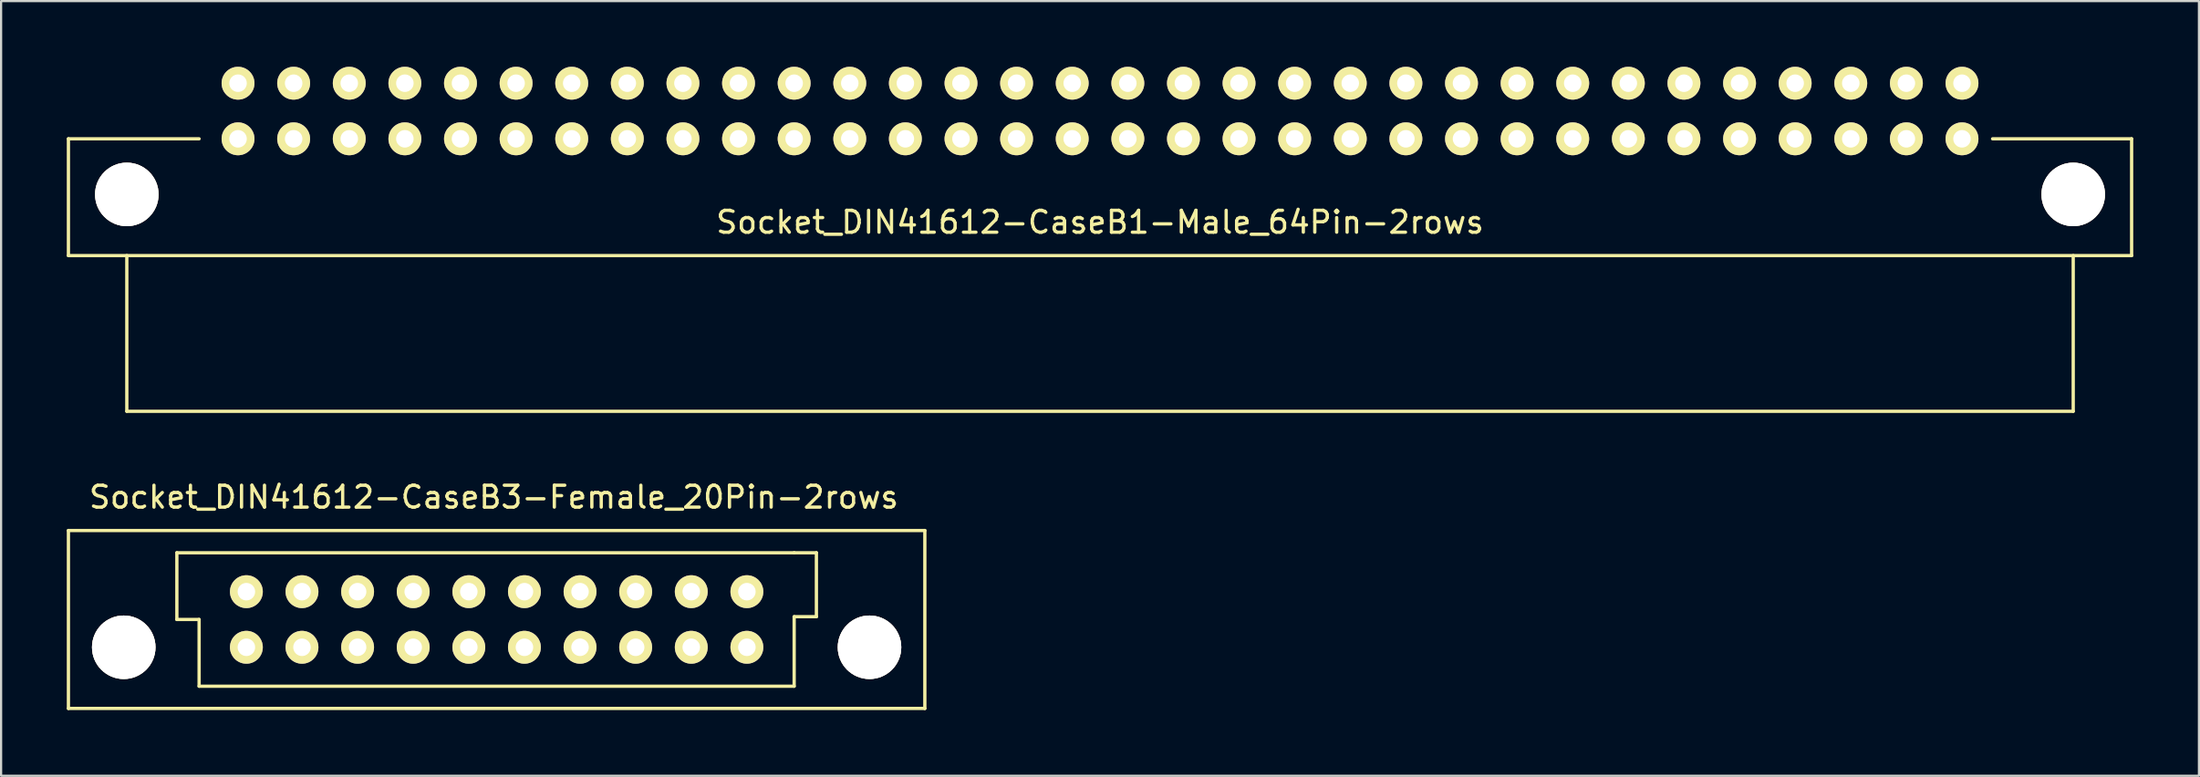
<source format=kicad_pcb>
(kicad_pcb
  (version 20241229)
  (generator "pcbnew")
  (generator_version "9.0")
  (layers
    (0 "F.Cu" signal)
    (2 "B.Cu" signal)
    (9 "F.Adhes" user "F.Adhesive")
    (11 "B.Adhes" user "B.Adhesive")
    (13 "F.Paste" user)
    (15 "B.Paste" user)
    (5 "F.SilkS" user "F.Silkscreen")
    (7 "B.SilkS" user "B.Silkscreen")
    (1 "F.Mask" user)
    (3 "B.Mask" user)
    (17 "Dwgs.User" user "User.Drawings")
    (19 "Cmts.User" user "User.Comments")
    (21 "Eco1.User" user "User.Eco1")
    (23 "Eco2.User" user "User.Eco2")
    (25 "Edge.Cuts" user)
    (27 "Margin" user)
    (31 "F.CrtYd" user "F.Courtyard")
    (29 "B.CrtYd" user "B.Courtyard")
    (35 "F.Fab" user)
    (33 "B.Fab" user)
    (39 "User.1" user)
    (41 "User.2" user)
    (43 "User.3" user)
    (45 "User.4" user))
  (footprint "Socket_DIN41612-CaseB3-Female_20Pin-2rows"
    (layer "F.Cu")
    (at 19.633 25.248)
    (property "Reference" "Socket_DIN41612-CaseB3-Female_20Pin-2rows" (at -0.127 -5.588 0) (layer "F.SilkS") (effects (font (size 1 1) (thickness 0.15))))
    (attr through_hole)
    (fp_line (start -19.558 -4.064) (end -19.558 4.064) (stroke (width 0.15) (type solid)) (layer "F.SilkS"))
    (fp_line (start -19.558 4.064) (end 19.558 4.064) (stroke (width 0.15) (type solid)) (layer "F.SilkS"))
    (fp_line (start -14.605 0) (end -14.605 -3.048) (stroke (width 0.15) (type solid)) (layer "F.SilkS"))
    (fp_line (start -13.589 0) (end -14.605 0) (stroke (width 0.15) (type solid)) (layer "F.SilkS"))
    (fp_line (start -13.589 3.048) (end -13.589 0) (stroke (width 0.15) (type solid)) (layer "F.SilkS"))
    (fp_line (start -13.589 3.048) (end 13.589 3.048) (stroke (width 0.15) (type solid)) (layer "F.SilkS"))
    (fp_line (start 13.589 -3.048) (end -14.605 -3.048) (stroke (width 0.15) (type solid)) (layer "F.SilkS"))
    (fp_line (start 13.589 -0.127) (end 14.605 -0.127) (stroke (width 0.15) (type solid)) (layer "F.SilkS"))
    (fp_line (start 13.589 3.048) (end 13.589 -0.127) (stroke (width 0.15) (type solid)) (layer "F.SilkS"))
    (fp_line (start 14.605 -3.048) (end 13.589 -3.048) (stroke (width 0.15) (type solid)) (layer "F.SilkS"))
    (fp_line (start 14.605 -0.127) (end 14.605 -3.048) (stroke (width 0.15) (type solid)) (layer "F.SilkS"))
    (fp_line (start 19.558 -4.064) (end -19.558 -4.064) (stroke (width 0.15) (type solid)) (layer "F.SilkS"))
    (fp_line (start 19.558 4.064) (end 19.558 -4.064) (stroke (width 0.15) (type solid)) (layer "F.SilkS"))
    (pad "1" thru_hole circle (at -17.031 1.27) (size 2.901 2.901) (drill 2.901) (layers "*.Cu" "*.Mask" "F.SilkS"))
    (pad "1" thru_hole circle (at 17.031 1.27) (size 2.901 2.901) (drill 2.901) (layers "*.Cu" "*.Mask" "F.SilkS"))
    (pad "1a" thru_hole circle (at 11.43 -1.27 180) (size 1.501 1.501) (drill 0.8) (layers "*.Cu" "*.Mask" "F.SilkS"))
    (pad "1b" thru_hole circle (at 11.43 1.27 180) (size 1.501 1.501) (drill 0.8) (layers "*.Cu" "*.Mask" "F.SilkS"))
    (pad "2a" thru_hole circle (at 8.89 -1.27 180) (size 1.501 1.501) (drill 0.8) (layers "*.Cu" "*.Mask" "F.SilkS"))
    (pad "2b" thru_hole circle (at 8.89 1.27 180) (size 1.501 1.501) (drill 0.8) (layers "*.Cu" "*.Mask" "F.SilkS"))
    (pad "3a" thru_hole circle (at 6.35 -1.27 180) (size 1.501 1.501) (drill 0.8) (layers "*.Cu" "*.Mask" "F.SilkS"))
    (pad "3b" thru_hole circle (at 6.35 1.27 180) (size 1.501 1.501) (drill 0.8) (layers "*.Cu" "*.Mask" "F.SilkS"))
    (pad "4a" thru_hole circle (at 3.81 -1.27 180) (size 1.501 1.501) (drill 0.8) (layers "*.Cu" "*.Mask" "F.SilkS"))
    (pad "4b" thru_hole circle (at 3.81 1.27 180) (size 1.501 1.501) (drill 0.8) (layers "*.Cu" "*.Mask" "F.SilkS"))
    (pad "5a" thru_hole circle (at 1.27 -1.27 180) (size 1.501 1.501) (drill 0.8) (layers "*.Cu" "*.Mask" "F.SilkS"))
    (pad "5b" thru_hole circle (at 1.27 1.27 180) (size 1.501 1.501) (drill 0.8) (layers "*.Cu" "*.Mask" "F.SilkS"))
    (pad "6a" thru_hole circle (at -1.27 -1.27 180) (size 1.501 1.501) (drill 0.8) (layers "*.Cu" "*.Mask" "F.SilkS"))
    (pad "6b" thru_hole circle (at -1.27 1.27 180) (size 1.501 1.501) (drill 0.8) (layers "*.Cu" "*.Mask" "F.SilkS"))
    (pad "7a" thru_hole circle (at -3.81 -1.27 180) (size 1.501 1.501) (drill 0.8) (layers "*.Cu" "*.Mask" "F.SilkS"))
    (pad "7b" thru_hole circle (at -3.81 1.27 180) (size 1.501 1.501) (drill 0.8) (layers "*.Cu" "*.Mask" "F.SilkS"))
    (pad "8a" thru_hole circle (at -6.35 -1.27 180) (size 1.501 1.501) (drill 0.8) (layers "*.Cu" "*.Mask" "F.SilkS"))
    (pad "8b" thru_hole circle (at -6.35 1.27 180) (size 1.501 1.501) (drill 0.8) (layers "*.Cu" "*.Mask" "F.SilkS"))
    (pad "9a" thru_hole circle (at -8.89 -1.27 180) (size 1.501 1.501) (drill 0.8) (layers "*.Cu" "*.Mask" "F.SilkS"))
    (pad "9b" thru_hole circle (at -8.89 1.27 180) (size 1.501 1.501) (drill 0.8) (layers "*.Cu" "*.Mask" "F.SilkS"))
    (pad "10a" thru_hole circle (at -11.43 -1.27 180) (size 1.501 1.501) (drill 0.8) (layers "*.Cu" "*.Mask" "F.SilkS"))
    (pad "10b" thru_hole circle (at -11.43 1.27 180) (size 1.501 1.501) (drill 0.8) (layers "*.Cu" "*.Mask" "F.SilkS")))
  (footprint "Socket_DIN41612-CaseB1-Male_64Pin-2rows"
    (layer "F.Cu")
    (at 47.192 2.021)
    (property "Reference" "Socket_DIN41612-CaseB1-Male_64Pin-2rows" (at 0 5.08 0) (layer "F.SilkS") (effects (font (size 1 1) (thickness 0.15))))
    (attr through_hole)
    (fp_line (start -47.117 1.27) (end -41.148 1.27) (stroke (width 0.15) (type solid)) (layer "F.SilkS"))
    (fp_line (start -47.117 6.604) (end -47.117 1.27) (stroke (width 0.15) (type solid)) (layer "F.SilkS"))
    (fp_line (start -44.45 13.716) (end -44.45 6.604) (stroke (width 0.15) (type solid)) (layer "F.SilkS"))
    (fp_line (start 44.45 6.604) (end 44.45 13.716) (stroke (width 0.15) (type solid)) (layer "F.SilkS"))
    (fp_line (start 44.45 13.716) (end -44.45 13.716) (stroke (width 0.15) (type solid)) (layer "F.SilkS"))
    (fp_line (start 47.117 1.27) (end 40.767 1.27) (stroke (width 0.15) (type solid)) (layer "F.SilkS"))
    (fp_line (start 47.117 1.27) (end 47.117 6.604) (stroke (width 0.15) (type solid)) (layer "F.SilkS"))
    (fp_line (start 47.117 6.604) (end -47.117 6.604) (stroke (width 0.15) (type solid)) (layer "F.SilkS"))
    (pad "1" thru_hole circle (at -44.45 3.81) (size 2.901 2.901) (drill 2.901) (layers "*.Cu" "*.Mask" "F.SilkS"))
    (pad "1" thru_hole circle (at 44.45 3.81) (size 2.901 2.901) (drill 2.901) (layers "*.Cu" "*.Mask" "F.SilkS"))
    (pad "1a" thru_hole circle (at 39.37 -1.27 180) (size 1.501 1.501) (drill 0.8) (layers "*.Cu" "*.Mask" "F.SilkS"))
    (pad "1b" thru_hole circle (at 39.37 1.27 180) (size 1.501 1.501) (drill 0.8) (layers "*.Cu" "*.Mask" "F.SilkS"))
    (pad "2a" thru_hole circle (at 36.83 -1.27 180) (size 1.501 1.501) (drill 0.8) (layers "*.Cu" "*.Mask" "F.SilkS"))
    (pad "2b" thru_hole circle (at 36.83 1.27 180) (size 1.501 1.501) (drill 0.8) (layers "*.Cu" "*.Mask" "F.SilkS"))
    (pad "3a" thru_hole circle (at 34.29 -1.27 180) (size 1.501 1.501) (drill 0.8) (layers "*.Cu" "*.Mask" "F.SilkS"))
    (pad "3b" thru_hole circle (at 34.29 1.27 180) (size 1.501 1.501) (drill 0.8) (layers "*.Cu" "*.Mask" "F.SilkS"))
    (pad "4a" thru_hole circle (at 31.75 -1.27 180) (size 1.501 1.501) (drill 0.8) (layers "*.Cu" "*.Mask" "F.SilkS"))
    (pad "4b" thru_hole circle (at 31.75 1.27 180) (size 1.501 1.501) (drill 0.8) (layers "*.Cu" "*.Mask" "F.SilkS"))
    (pad "5a" thru_hole circle (at 29.21 -1.27 180) (size 1.501 1.501) (drill 0.8) (layers "*.Cu" "*.Mask" "F.SilkS"))
    (pad "5b" thru_hole circle (at 29.21 1.27 180) (size 1.501 1.501) (drill 0.8) (layers "*.Cu" "*.Mask" "F.SilkS"))
    (pad "6a" thru_hole circle (at 26.67 -1.27 180) (size 1.501 1.501) (drill 0.8) (layers "*.Cu" "*.Mask" "F.SilkS"))
    (pad "6b" thru_hole circle (at 26.67 1.27 180) (size 1.501 1.501) (drill 0.8) (layers "*.Cu" "*.Mask" "F.SilkS"))
    (pad "7a" thru_hole circle (at 24.13 -1.27 180) (size 1.501 1.501) (drill 0.8) (layers "*.Cu" "*.Mask" "F.SilkS"))
    (pad "7b" thru_hole circle (at 24.13 1.27 180) (size 1.501 1.501) (drill 0.8) (layers "*.Cu" "*.Mask" "F.SilkS"))
    (pad "8a" thru_hole circle (at 21.59 -1.27 180) (size 1.501 1.501) (drill 0.8) (layers "*.Cu" "*.Mask" "F.SilkS"))
    (pad "8b" thru_hole circle (at 21.59 1.27 180) (size 1.501 1.501) (drill 0.8) (layers "*.Cu" "*.Mask" "F.SilkS"))
    (pad "9a" thru_hole circle (at 19.05 -1.27 180) (size 1.501 1.501) (drill 0.8) (layers "*.Cu" "*.Mask" "F.SilkS"))
    (pad "9b" thru_hole circle (at 19.05 1.27 180) (size 1.501 1.501) (drill 0.8) (layers "*.Cu" "*.Mask" "F.SilkS"))
    (pad "10a" thru_hole circle (at 16.51 -1.27 180) (size 1.501 1.501) (drill 0.8) (layers "*.Cu" "*.Mask" "F.SilkS"))
    (pad "10b" thru_hole circle (at 16.51 1.27 180) (size 1.501 1.501) (drill 0.8) (layers "*.Cu" "*.Mask" "F.SilkS"))
    (pad "11a" thru_hole circle (at 13.97 -1.27 180) (size 1.501 1.501) (drill 0.8) (layers "*.Cu" "*.Mask" "F.SilkS"))
    (pad "11b" thru_hole circle (at 13.97 1.27 180) (size 1.501 1.501) (drill 0.8) (layers "*.Cu" "*.Mask" "F.SilkS"))
    (pad "12a" thru_hole circle (at 11.43 -1.27 180) (size 1.501 1.501) (drill 0.8) (layers "*.Cu" "*.Mask" "F.SilkS"))
    (pad "12b" thru_hole circle (at 11.43 1.27 180) (size 1.501 1.501) (drill 0.8) (layers "*.Cu" "*.Mask" "F.SilkS"))
    (pad "13a" thru_hole circle (at 8.89 -1.27 180) (size 1.501 1.501) (drill 0.8) (layers "*.Cu" "*.Mask" "F.SilkS"))
    (pad "13b" thru_hole circle (at 8.89 1.27 180) (size 1.501 1.501) (drill 0.8) (layers "*.Cu" "*.Mask" "F.SilkS"))
    (pad "14a" thru_hole circle (at 6.35 -1.27 180) (size 1.501 1.501) (drill 0.8) (layers "*.Cu" "*.Mask" "F.SilkS"))
    (pad "14b" thru_hole circle (at 6.35 1.27 180) (size 1.501 1.501) (drill 0.8) (layers "*.Cu" "*.Mask" "F.SilkS"))
    (pad "15a" thru_hole circle (at 3.81 -1.27 180) (size 1.501 1.501) (drill 0.8) (layers "*.Cu" "*.Mask" "F.SilkS"))
    (pad "15b" thru_hole circle (at 3.81 1.27 180) (size 1.501 1.501) (drill 0.8) (layers "*.Cu" "*.Mask" "F.SilkS"))
    (pad "16a" thru_hole circle (at 1.27 -1.27 180) (size 1.501 1.501) (drill 0.8) (layers "*.Cu" "*.Mask" "F.SilkS"))
    (pad "16b" thru_hole circle (at 1.27 1.27 180) (size 1.501 1.501) (drill 0.8) (layers "*.Cu" "*.Mask" "F.SilkS"))
    (pad "17a" thru_hole circle (at -1.27 -1.27 180) (size 1.501 1.501) (drill 0.8) (layers "*.Cu" "*.Mask" "F.SilkS"))
    (pad "17b" thru_hole circle (at -1.27 1.27 180) (size 1.501 1.501) (drill 0.8) (layers "*.Cu" "*.Mask" "F.SilkS"))
    (pad "18a" thru_hole circle (at -3.81 -1.27 180) (size 1.501 1.501) (drill 0.8) (layers "*.Cu" "*.Mask" "F.SilkS"))
    (pad "18b" thru_hole circle (at -3.81 1.27 180) (size 1.501 1.501) (drill 0.8) (layers "*.Cu" "*.Mask" "F.SilkS"))
    (pad "19a" thru_hole circle (at -6.35 -1.27 180) (size 1.501 1.501) (drill 0.8) (layers "*.Cu" "*.Mask" "F.SilkS"))
    (pad "19b" thru_hole circle (at -6.35 1.27 180) (size 1.501 1.501) (drill 0.8) (layers "*.Cu" "*.Mask" "F.SilkS"))
    (pad "20a" thru_hole circle (at -8.89 -1.27 180) (size 1.501 1.501) (drill 0.8) (layers "*.Cu" "*.Mask" "F.SilkS"))
    (pad "20b" thru_hole circle (at -8.89 1.27 180) (size 1.501 1.501) (drill 0.8) (layers "*.Cu" "*.Mask" "F.SilkS"))
    (pad "21a" thru_hole circle (at -11.43 -1.27 180) (size 1.501 1.501) (drill 0.8) (layers "*.Cu" "*.Mask" "F.SilkS"))
    (pad "21b" thru_hole circle (at -11.43 1.27 180) (size 1.501 1.501) (drill 0.8) (layers "*.Cu" "*.Mask" "F.SilkS"))
    (pad "22a" thru_hole circle (at -13.97 -1.27 180) (size 1.501 1.501) (drill 0.8) (layers "*.Cu" "*.Mask" "F.SilkS"))
    (pad "22b" thru_hole circle (at -13.97 1.27 180) (size 1.501 1.501) (drill 0.8) (layers "*.Cu" "*.Mask" "F.SilkS"))
    (pad "23a" thru_hole circle (at -16.51 -1.27 180) (size 1.501 1.501) (drill 0.8) (layers "*.Cu" "*.Mask" "F.SilkS"))
    (pad "23b" thru_hole circle (at -16.51 1.27 180) (size 1.501 1.501) (drill 0.8) (layers "*.Cu" "*.Mask" "F.SilkS"))
    (pad "24" thru_hole circle (at -19.05 -1.27 180) (size 1.501 1.501) (drill 0.8) (layers "*.Cu" "*.Mask" "F.SilkS"))
    (pad "24b" thru_hole circle (at -19.05 1.27 180) (size 1.501 1.501) (drill 0.8) (layers "*.Cu" "*.Mask" "F.SilkS"))
    (pad "25a" thru_hole circle (at -21.59 -1.27 180) (size 1.501 1.501) (drill 0.8) (layers "*.Cu" "*.Mask" "F.SilkS"))
    (pad "25b" thru_hole circle (at -21.59 1.27 180) (size 1.501 1.501) (drill 0.8) (layers "*.Cu" "*.Mask" "F.SilkS"))
    (pad "26a" thru_hole circle (at -24.13 -1.27 180) (size 1.501 1.501) (drill 0.8) (layers "*.Cu" "*.Mask" "F.SilkS"))
    (pad "26b" thru_hole circle (at -24.13 1.27 180) (size 1.501 1.501) (drill 0.8) (layers "*.Cu" "*.Mask" "F.SilkS"))
    (pad "27a" thru_hole circle (at -26.67 -1.27 180) (size 1.501 1.501) (drill 0.8) (layers "*.Cu" "*.Mask" "F.SilkS"))
    (pad "27b" thru_hole circle (at -26.67 1.27 180) (size 1.501 1.501) (drill 0.8) (layers "*.Cu" "*.Mask" "F.SilkS"))
    (pad "28a" thru_hole circle (at -29.21 -1.27 180) (size 1.501 1.501) (drill 0.8) (layers "*.Cu" "*.Mask" "F.SilkS"))
    (pad "28b" thru_hole circle (at -29.21 1.27 180) (size 1.501 1.501) (drill 0.8) (layers "*.Cu" "*.Mask" "F.SilkS"))
    (pad "29a" thru_hole circle (at -31.75 -1.27 180) (size 1.501 1.501) (drill 0.8) (layers "*.Cu" "*.Mask" "F.SilkS"))
    (pad "29b" thru_hole circle (at -31.75 1.27 180) (size 1.501 1.501) (drill 0.8) (layers "*.Cu" "*.Mask" "F.SilkS"))
    (pad "30a" thru_hole circle (at -34.29 -1.27 180) (size 1.501 1.501) (drill 0.8) (layers "*.Cu" "*.Mask" "F.SilkS"))
    (pad "30b" thru_hole circle (at -34.29 1.27 180) (size 1.501 1.501) (drill 0.8) (layers "*.Cu" "*.Mask" "F.SilkS"))
    (pad "31a" thru_hole circle (at -36.83 -1.27 180) (size 1.501 1.501) (drill 0.8) (layers "*.Cu" "*.Mask" "F.SilkS"))
    (pad "31b" thru_hole circle (at -36.83 1.27 180) (size 1.501 1.501) (drill 0.8) (layers "*.Cu" "*.Mask" "F.SilkS"))
    (pad "32a" thru_hole circle (at -39.37 -1.27 180) (size 1.501 1.501) (drill 0.8) (layers "*.Cu" "*.Mask" "F.SilkS"))
    (pad "32b" thru_hole circle (at -39.37 1.27 180) (size 1.501 1.501) (drill 0.8) (layers "*.Cu" "*.Mask" "F.SilkS")))
  (gr_rect
    (start -3 -3)
    (end 97.384 32.387)
    (stroke (width 0.1) (type default))
    (fill no)
    (layer "Edge.Cuts")))
</source>
